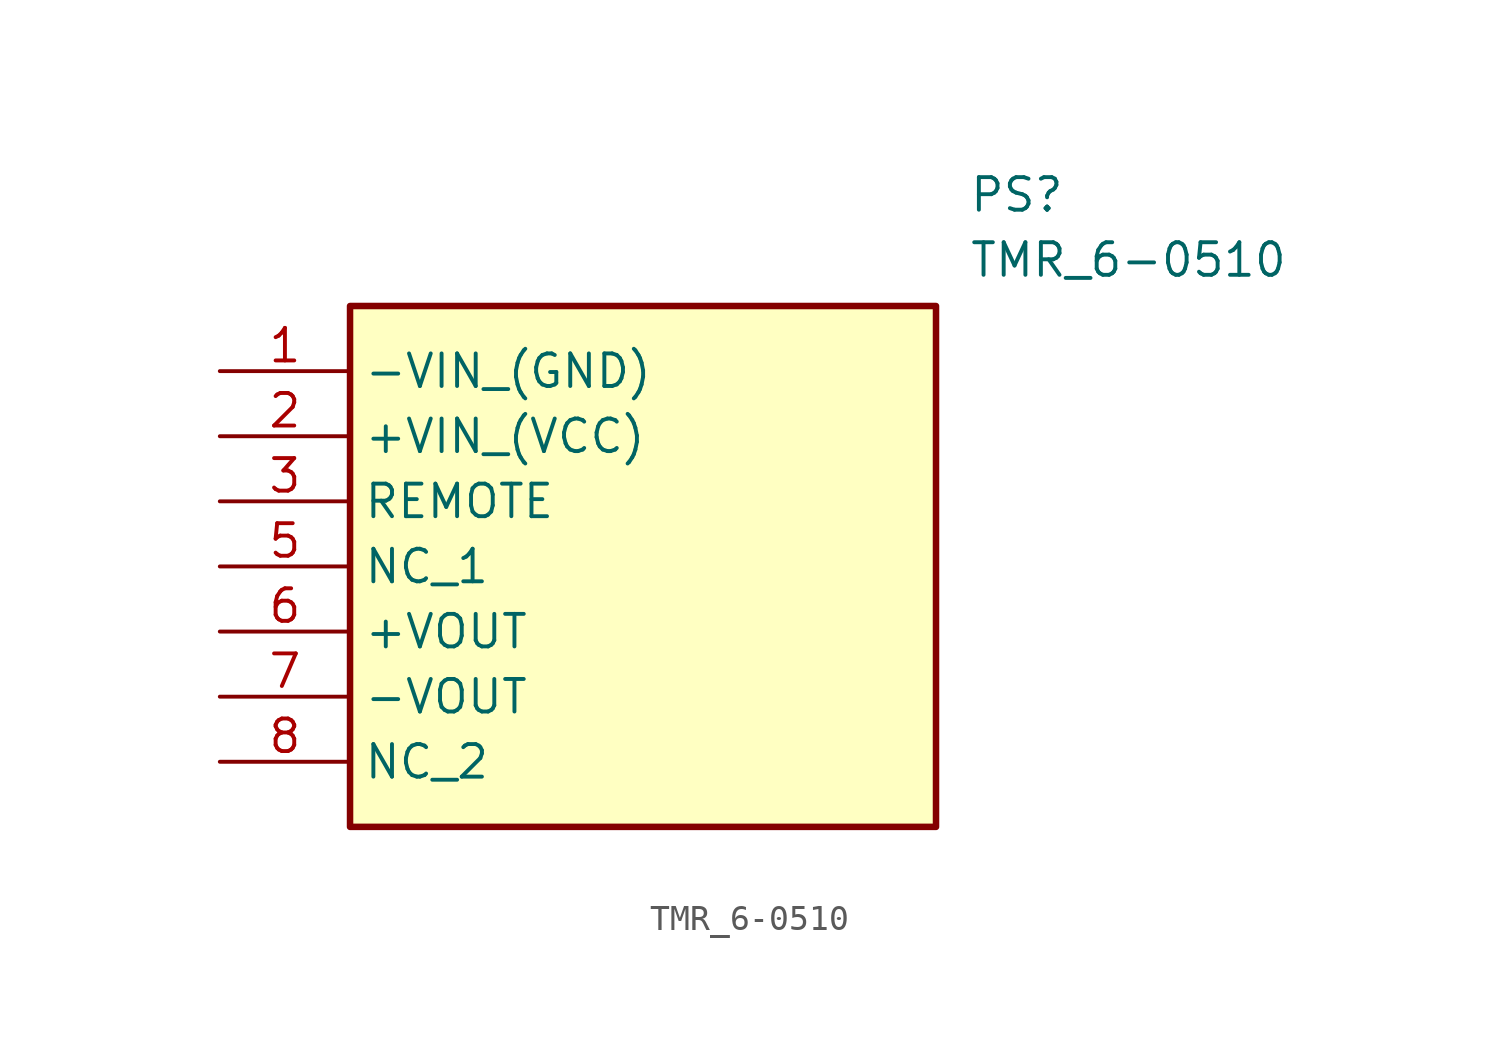
<source format=kicad_sym>
(kicad_symbol_lib
  (version 20211014)
  (generator SamacSys_ECAD_Model)
  (symbol "TMR_6-0510"
    (property "Reference" "PS"
      (at 29.21 7.62 0)
      (effects (font (size 1.27 1.27)) (justify left top)))
    (property "Value" "TMR_6-0510"
      (at 29.21 5.08 0)
      (effects (font (size 1.27 1.27)) (justify left top)))
    (rectangle
      (start 5.08 2.54)
      (end 27.94 -17.78)
      (stroke (width 0.254) (type default))
      (fill (type background)))
    (pin passive line
      (at 0 0 0)
      (length 5.08)
      (name "-VIN_(GND)" (effects (font (size 1.27 1.27))))
      (number "1" (effects (font (size 1.27 1.27)))))
    (pin passive line
      (at 0 -2.54 0)
      (length 5.08)
      (name "+VIN_(VCC)" (effects (font (size 1.27 1.27))))
      (number "2" (effects (font (size 1.27 1.27)))))
    (pin passive line
      (at 0 -5.08 0)
      (length 5.08)
      (name "REMOTE" (effects (font (size 1.27 1.27))))
      (number "3" (effects (font (size 1.27 1.27)))))
    (pin passive line
      (at 0 -7.62 0)
      (length 5.08)
      (name "NC_1" (effects (font (size 1.27 1.27))))
      (number "5" (effects (font (size 1.27 1.27)))))
    (pin passive line
      (at 0 -10.16 0)
      (length 5.08)
      (name "+VOUT" (effects (font (size 1.27 1.27))))
      (number "6" (effects (font (size 1.27 1.27)))))
    (pin passive line
      (at 0 -12.7 0)
      (length 5.08)
      (name "-VOUT" (effects (font (size 1.27 1.27))))
      (number "7" (effects (font (size 1.27 1.27)))))
    (pin passive line
      (at 0 -15.24 0)
      (length 5.08)
      (name "NC_2" (effects (font (size 1.27 1.27))))
      (number "8" (effects (font (size 1.27 1.27)))))))
</source>
